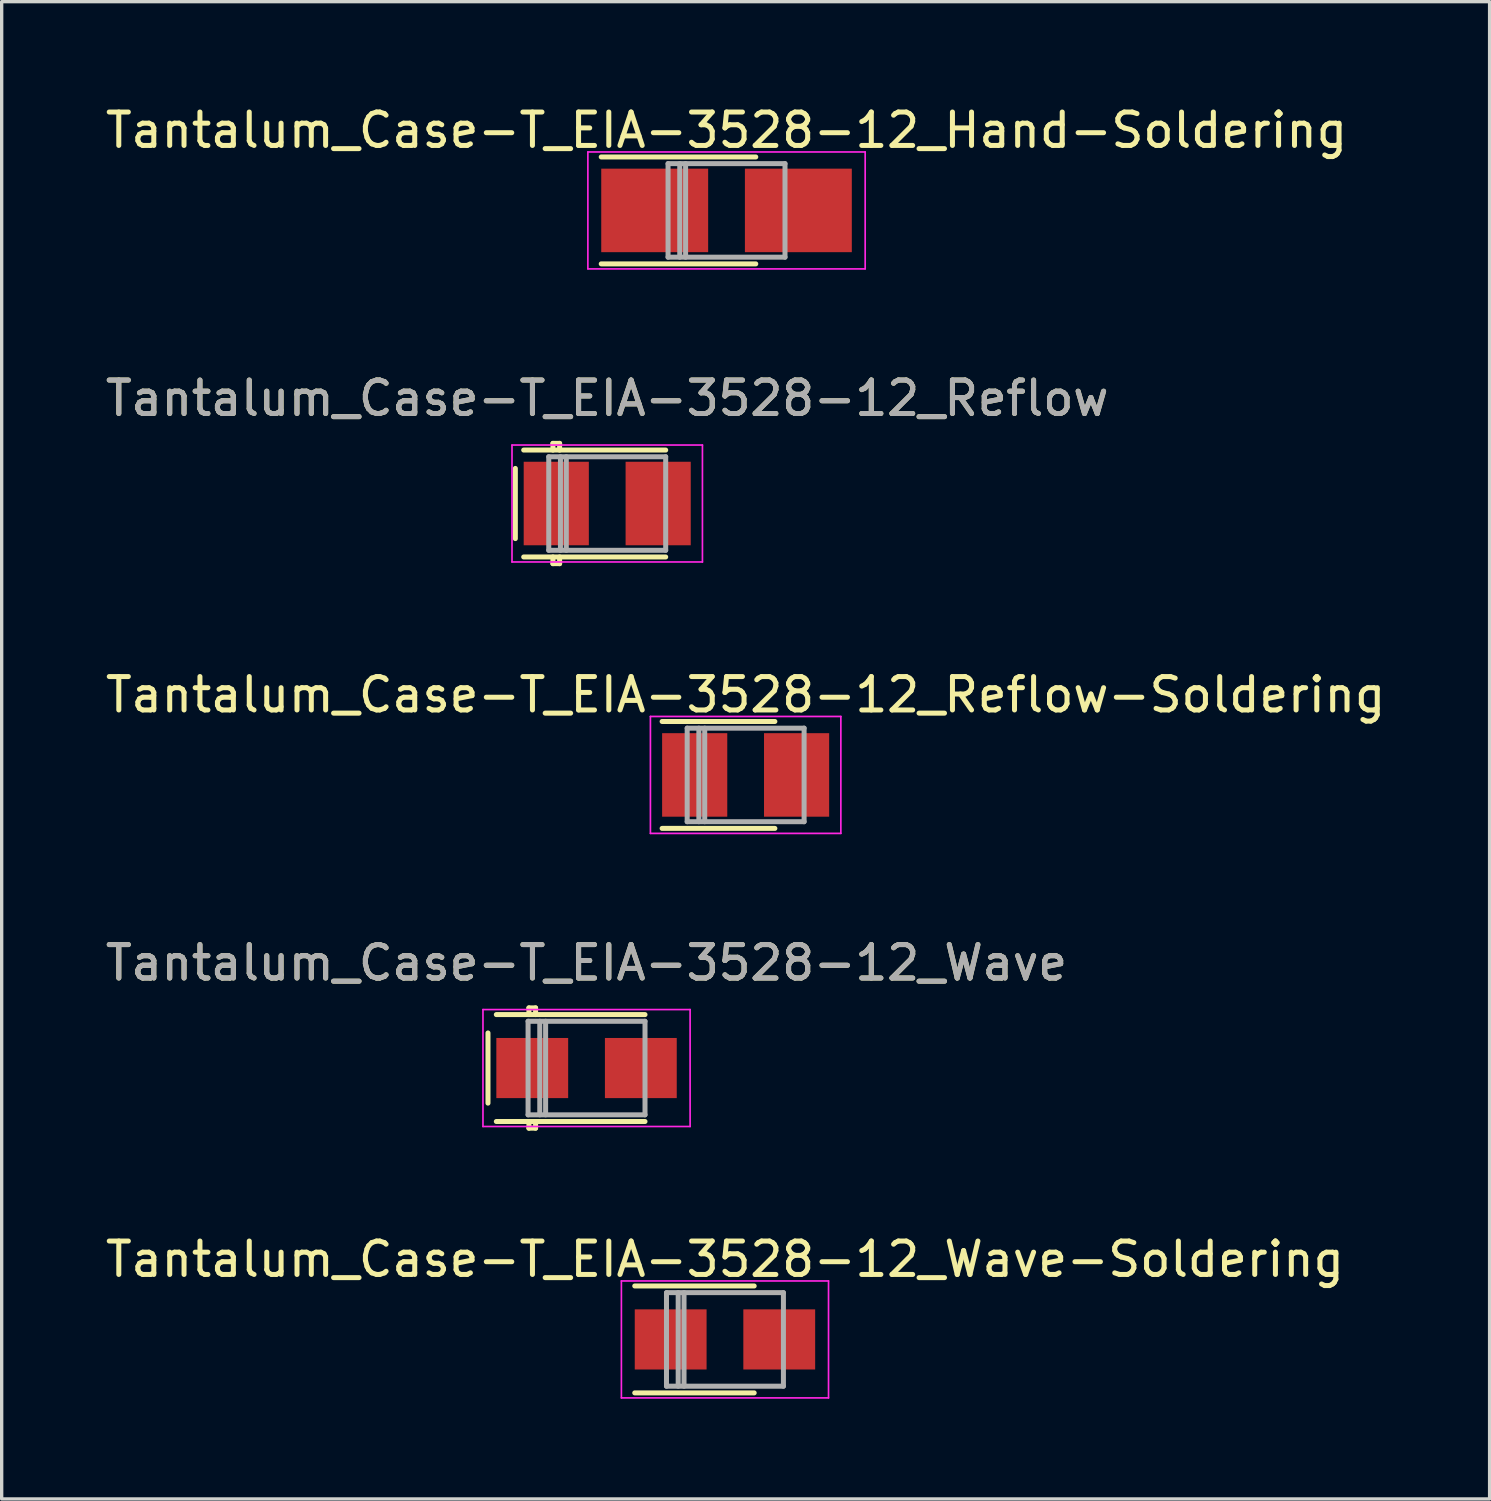
<source format=kicad_pcb>
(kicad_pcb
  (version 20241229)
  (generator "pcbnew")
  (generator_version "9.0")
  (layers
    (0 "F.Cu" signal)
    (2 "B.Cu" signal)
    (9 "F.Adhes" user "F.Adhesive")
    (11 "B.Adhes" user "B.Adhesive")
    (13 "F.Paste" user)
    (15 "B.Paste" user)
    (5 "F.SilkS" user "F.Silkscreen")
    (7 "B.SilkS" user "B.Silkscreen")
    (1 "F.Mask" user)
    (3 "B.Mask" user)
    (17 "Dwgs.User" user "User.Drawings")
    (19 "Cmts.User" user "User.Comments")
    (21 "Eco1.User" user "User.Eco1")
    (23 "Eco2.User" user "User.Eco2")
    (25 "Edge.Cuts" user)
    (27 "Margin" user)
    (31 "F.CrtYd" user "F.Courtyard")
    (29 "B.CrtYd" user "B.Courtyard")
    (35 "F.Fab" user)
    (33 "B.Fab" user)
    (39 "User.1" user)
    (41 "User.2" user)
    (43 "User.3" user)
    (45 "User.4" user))
  (footprint "Tantalum_Case-T_EIA-3528-12_Reflow-Soldering"
    (layer "F.Cu")
    (at 19.268 20.145)
    (property "Reference" "Tantalum_Case-T_EIA-3528-12_Reflow-Soldering" (at 0 -2.4 0) (layer "F.SilkS") (effects (font (size 1 1) (thickness 0.15))))
    (attr smd)
    (fp_line (start 0.875 -1.6) (end -2.5 -1.6) (stroke (width 0.15) (type solid)) (layer "F.SilkS"))
    (fp_line (start 0.875 1.6) (end -2.5 1.6) (stroke (width 0.15) (type solid)) (layer "F.SilkS"))
    (fp_line (start -2.85 -1.75) (end -2.85 1.75) (stroke (width 0.05) (type solid)) (layer "F.CrtYd"))
    (fp_line (start -2.85 1.75) (end 2.85 1.75) (stroke (width 0.05) (type solid)) (layer "F.CrtYd"))
    (fp_line (start 2.85 -1.75) (end -2.85 -1.75) (stroke (width 0.05) (type solid)) (layer "F.CrtYd"))
    (fp_line (start 2.85 1.75) (end 2.85 -1.75) (stroke (width 0.05) (type solid)) (layer "F.CrtYd"))
    (fp_line (start -1.75 -1.4) (end -1.75 1.4) (stroke (width 0.15) (type solid)) (layer "F.Fab"))
    (fp_line (start -1.75 1.4) (end 1.75 1.4) (stroke (width 0.15) (type solid)) (layer "F.Fab"))
    (fp_line (start -1.4 -1.4) (end -1.4 1.4) (stroke (width 0.15) (type solid)) (layer "F.Fab"))
    (fp_line (start -1.225 -1.4) (end -1.225 1.4) (stroke (width 0.15) (type solid)) (layer "F.Fab"))
    (fp_line (start 1.75 -1.4) (end -1.75 -1.4) (stroke (width 0.15) (type solid)) (layer "F.Fab"))
    (fp_line (start 1.75 1.4) (end 1.75 -1.4) (stroke (width 0.15) (type solid)) (layer "F.Fab"))
    (pad "1" smd rect (at -1.525 0) (size 1.95 2.5) (layers "F.Cu" "F.Mask" "F.Paste"))
    (pad "2" smd rect (at 1.525 0) (size 1.95 2.5) (layers "F.Cu" "F.Mask" "F.Paste")))
  (footprint "Tantalum_Case-T_EIA-3528-12_Reflow"
    (layer "F.Cu")
    (at 15.125 12.021)
    (property "Reference" "Tantalum_Case-T_EIA-3528-12_Reflow" (at 0 -3.15 0) (layer "F.SilkS") (effects (font (size 1 1) (thickness 0.15))))
    (attr smd)
    (fp_line (start -2.75 -1.05) (end -2.75 1.05) (stroke (width 0.15) (type solid)) (layer "F.SilkS"))
    (fp_line (start -1.625 -1.8) (end -1.425 -1.8) (stroke (width 0.15) (type solid)) (layer "F.SilkS"))
    (fp_line (start -1.625 -1.6) (end -1.625 -1.8) (stroke (width 0.15) (type solid)) (layer "F.SilkS"))
    (fp_line (start -1.625 1.6) (end -1.625 1.8) (stroke (width 0.15) (type solid)) (layer "F.SilkS"))
    (fp_line (start -1.625 1.8) (end -1.425 1.8) (stroke (width 0.15) (type solid)) (layer "F.SilkS"))
    (fp_line (start -1.425 -1.8) (end -1.425 -1.6) (stroke (width 0.15) (type solid)) (layer "F.SilkS"))
    (fp_line (start -1.425 1.8) (end -1.425 1.6) (stroke (width 0.15) (type solid)) (layer "F.SilkS"))
    (fp_line (start 1.75 -1.6) (end -2.5 -1.6) (stroke (width 0.15) (type solid)) (layer "F.SilkS"))
    (fp_line (start 1.75 1.6) (end -2.5 1.6) (stroke (width 0.15) (type solid)) (layer "F.SilkS"))
    (fp_line (start -2.85 -1.75) (end -2.85 1.75) (stroke (width 0.05) (type solid)) (layer "F.CrtYd"))
    (fp_line (start -2.85 1.75) (end 2.85 1.75) (stroke (width 0.05) (type solid)) (layer "F.CrtYd"))
    (fp_line (start 2.85 -1.75) (end -2.85 -1.75) (stroke (width 0.05) (type solid)) (layer "F.CrtYd"))
    (fp_line (start 2.85 1.75) (end 2.85 -1.75) (stroke (width 0.05) (type solid)) (layer "F.CrtYd"))
    (fp_line (start -1.75 -1.4) (end -1.75 1.4) (stroke (width 0.15) (type solid)) (layer "F.Fab"))
    (fp_line (start -1.75 1.4) (end 1.75 1.4) (stroke (width 0.15) (type solid)) (layer "F.Fab"))
    (fp_line (start -1.4 -1.4) (end -1.4 1.4) (stroke (width 0.15) (type solid)) (layer "F.Fab"))
    (fp_line (start -1.225 -1.4) (end -1.225 1.4) (stroke (width 0.15) (type solid)) (layer "F.Fab"))
    (fp_line (start 1.75 -1.4) (end -1.75 -1.4) (stroke (width 0.15) (type solid)) (layer "F.Fab"))
    (fp_line (start 1.75 1.4) (end 1.75 -1.4) (stroke (width 0.15) (type solid)) (layer "F.Fab"))
    (fp_text user "${REFERENCE}" (at 0 -3.15 0) (layer "F.Fab") (effects (font (size 1 1) (thickness 0.15))))
    (pad "1" smd rect (at -1.525 0) (size 1.95 2.5) (layers "F.Cu" "F.Mask" "F.Paste"))
    (pad "2" smd rect (at 1.525 0) (size 1.95 2.5) (layers "F.Cu" "F.Mask" "F.Paste")))
  (footprint "Tantalum_Case-T_EIA-3528-12_Wave-Soldering"
    (layer "F.Cu")
    (at 18.649 37.041)
    (property "Reference" "Tantalum_Case-T_EIA-3528-12_Wave-Soldering" (at 0 -2.4 0) (layer "F.SilkS") (effects (font (size 1 1) (thickness 0.15))))
    (attr smd)
    (fp_line (start 0.875 -1.6) (end -2.7 -1.6) (stroke (width 0.15) (type solid)) (layer "F.SilkS"))
    (fp_line (start 0.875 1.6) (end -2.7 1.6) (stroke (width 0.15) (type solid)) (layer "F.SilkS"))
    (fp_line (start -3.1 -1.75) (end -3.1 1.75) (stroke (width 0.05) (type solid)) (layer "F.CrtYd"))
    (fp_line (start -3.1 1.75) (end 3.1 1.75) (stroke (width 0.05) (type solid)) (layer "F.CrtYd"))
    (fp_line (start 3.1 -1.75) (end -3.1 -1.75) (stroke (width 0.05) (type solid)) (layer "F.CrtYd"))
    (fp_line (start 3.1 1.75) (end 3.1 -1.75) (stroke (width 0.05) (type solid)) (layer "F.CrtYd"))
    (fp_line (start -1.75 -1.4) (end -1.75 1.4) (stroke (width 0.15) (type solid)) (layer "F.Fab"))
    (fp_line (start -1.75 1.4) (end 1.75 1.4) (stroke (width 0.15) (type solid)) (layer "F.Fab"))
    (fp_line (start -1.4 -1.4) (end -1.4 1.4) (stroke (width 0.15) (type solid)) (layer "F.Fab"))
    (fp_line (start -1.225 -1.4) (end -1.225 1.4) (stroke (width 0.15) (type solid)) (layer "F.Fab"))
    (fp_line (start 1.75 -1.4) (end -1.75 -1.4) (stroke (width 0.15) (type solid)) (layer "F.Fab"))
    (fp_line (start 1.75 1.4) (end 1.75 -1.4) (stroke (width 0.15) (type solid)) (layer "F.Fab"))
    (pad "1" smd rect (at -1.625 0) (size 2.15 1.8) (layers "F.Cu" "F.Mask" "F.Paste"))
    (pad "2" smd rect (at 1.625 0) (size 2.15 1.8) (layers "F.Cu" "F.Mask" "F.Paste")))
  (footprint "Tantalum_Case-T_EIA-3528-12_Wave"
    (layer "F.Cu")
    (at 14.506 28.918)
    (property "Reference" "Tantalum_Case-T_EIA-3528-12_Wave" (at 0 -3.15 0) (layer "F.SilkS") (effects (font (size 1 1) (thickness 0.15))))
    (attr smd)
    (fp_line (start -2.95 -1.05) (end -2.95 1.05) (stroke (width 0.15) (type solid)) (layer "F.SilkS"))
    (fp_line (start -1.725 -1.8) (end -1.525 -1.8) (stroke (width 0.15) (type solid)) (layer "F.SilkS"))
    (fp_line (start -1.725 -1.6) (end -1.725 -1.8) (stroke (width 0.15) (type solid)) (layer "F.SilkS"))
    (fp_line (start -1.725 1.6) (end -1.725 1.8) (stroke (width 0.15) (type solid)) (layer "F.SilkS"))
    (fp_line (start -1.725 1.8) (end -1.525 1.8) (stroke (width 0.15) (type solid)) (layer "F.SilkS"))
    (fp_line (start -1.525 -1.8) (end -1.525 -1.6) (stroke (width 0.15) (type solid)) (layer "F.SilkS"))
    (fp_line (start -1.525 1.8) (end -1.525 1.6) (stroke (width 0.15) (type solid)) (layer "F.SilkS"))
    (fp_line (start 1.75 -1.6) (end -2.7 -1.6) (stroke (width 0.15) (type solid)) (layer "F.SilkS"))
    (fp_line (start 1.75 1.6) (end -2.7 1.6) (stroke (width 0.15) (type solid)) (layer "F.SilkS"))
    (fp_line (start -3.1 -1.75) (end -3.1 1.75) (stroke (width 0.05) (type solid)) (layer "F.CrtYd"))
    (fp_line (start -3.1 1.75) (end 3.1 1.75) (stroke (width 0.05) (type solid)) (layer "F.CrtYd"))
    (fp_line (start 3.1 -1.75) (end -3.1 -1.75) (stroke (width 0.05) (type solid)) (layer "F.CrtYd"))
    (fp_line (start 3.1 1.75) (end 3.1 -1.75) (stroke (width 0.05) (type solid)) (layer "F.CrtYd"))
    (fp_line (start -1.75 -1.4) (end -1.75 1.4) (stroke (width 0.15) (type solid)) (layer "F.Fab"))
    (fp_line (start -1.75 1.4) (end 1.75 1.4) (stroke (width 0.15) (type solid)) (layer "F.Fab"))
    (fp_line (start -1.4 -1.4) (end -1.4 1.4) (stroke (width 0.15) (type solid)) (layer "F.Fab"))
    (fp_line (start -1.225 -1.4) (end -1.225 1.4) (stroke (width 0.15) (type solid)) (layer "F.Fab"))
    (fp_line (start 1.75 -1.4) (end -1.75 -1.4) (stroke (width 0.15) (type solid)) (layer "F.Fab"))
    (fp_line (start 1.75 1.4) (end 1.75 -1.4) (stroke (width 0.15) (type solid)) (layer "F.Fab"))
    (fp_text user "${REFERENCE}" (at 0 -3.15 0) (layer "F.Fab") (effects (font (size 1 1) (thickness 0.15))))
    (pad "1" smd rect (at -1.625 0) (size 2.15 1.8) (layers "F.Cu" "F.Mask" "F.Paste"))
    (pad "2" smd rect (at 1.625 0) (size 2.15 1.8) (layers "F.Cu" "F.Mask" "F.Paste")))
  (footprint "Tantalum_Case-T_EIA-3528-12_Hand-Soldering"
    (layer "F.Cu")
    (at 18.696 3.248)
    (property "Reference" "Tantalum_Case-T_EIA-3528-12_Hand-Soldering" (at 0 -2.4 0) (layer "F.SilkS") (effects (font (size 1 1) (thickness 0.15))))
    (attr smd)
    (fp_line (start 0.875 -1.6) (end -3.75 -1.6) (stroke (width 0.15) (type solid)) (layer "F.SilkS"))
    (fp_line (start 0.875 1.6) (end -3.75 1.6) (stroke (width 0.15) (type solid)) (layer "F.SilkS"))
    (fp_line (start -4.15 -1.75) (end -4.15 1.75) (stroke (width 0.05) (type solid)) (layer "F.CrtYd"))
    (fp_line (start -4.15 1.75) (end 4.15 1.75) (stroke (width 0.05) (type solid)) (layer "F.CrtYd"))
    (fp_line (start 4.15 -1.75) (end -4.15 -1.75) (stroke (width 0.05) (type solid)) (layer "F.CrtYd"))
    (fp_line (start 4.15 1.75) (end 4.15 -1.75) (stroke (width 0.05) (type solid)) (layer "F.CrtYd"))
    (fp_line (start -1.75 -1.4) (end -1.75 1.4) (stroke (width 0.15) (type solid)) (layer "F.Fab"))
    (fp_line (start -1.75 1.4) (end 1.75 1.4) (stroke (width 0.15) (type solid)) (layer "F.Fab"))
    (fp_line (start -1.4 -1.4) (end -1.4 1.4) (stroke (width 0.15) (type solid)) (layer "F.Fab"))
    (fp_line (start -1.225 -1.4) (end -1.225 1.4) (stroke (width 0.15) (type solid)) (layer "F.Fab"))
    (fp_line (start 1.75 -1.4) (end -1.75 -1.4) (stroke (width 0.15) (type solid)) (layer "F.Fab"))
    (fp_line (start 1.75 1.4) (end 1.75 -1.4) (stroke (width 0.15) (type solid)) (layer "F.Fab"))
    (pad "1" smd rect (at -2.15 0) (size 3.2 2.5) (layers "F.Cu" "F.Mask" "F.Paste"))
    (pad "2" smd rect (at 2.15 0) (size 3.2 2.5) (layers "F.Cu" "F.Mask" "F.Paste")))
  (gr_rect
    (start -3 -3)
    (end 41.536 41.816)
    (stroke (width 0.1) (type default))
    (fill no)
    (layer "Edge.Cuts")))
</source>
